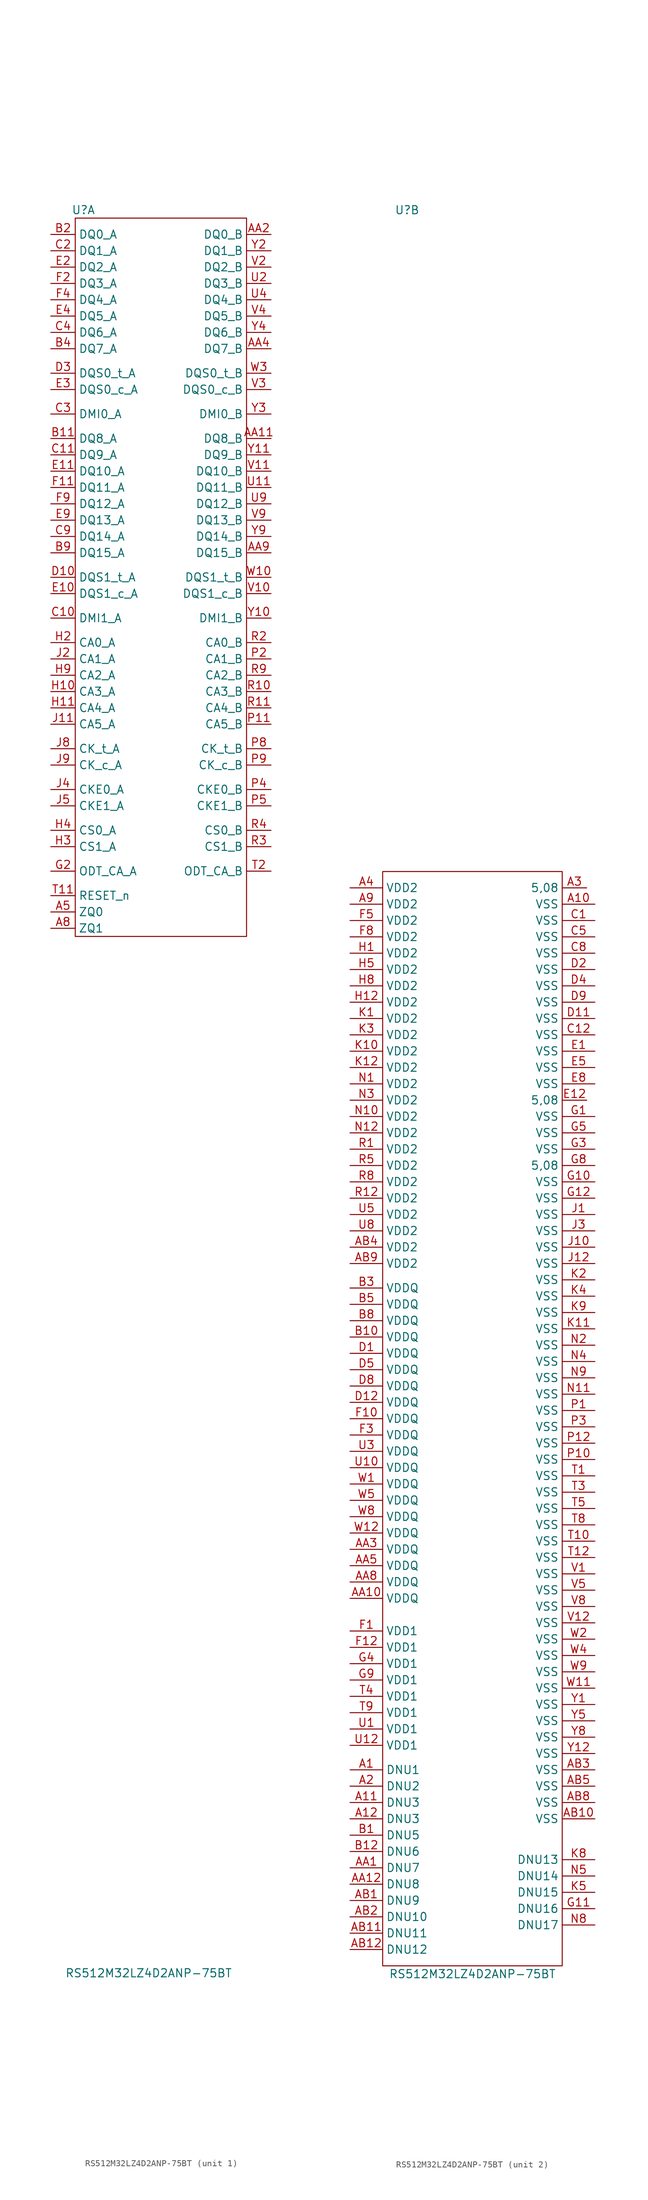
<source format=kicad_sym>
(kicad_symbol_lib
  (version 20220914)
  (generator kicad_symbol_editor)
  (symbol "RS512M32LZ4D2ANP-75BT"
    (property "Reference" "U"
      (at -11.43 189.23 0)
      (effects (font (size 1.27 1.27))))
    (property "Value" "RS512M32LZ4D2ANP-75BT"
      (at -1.27 -85.09 0)
      (effects (font (size 1.27 1.27))))
    (property "ki_locked" ""
      (at 0 0 0)
      (effects (font (size 1.27 1.27))))
    (symbol "RS512M32LZ4D2ANP-75BT_0_0"
      (text "" (at 13.97 -22.86 0) (effects (font (size 1.27 1.27))))
      (text "" (at 13.97 -22.86 0) (effects (font (size 1.27 1.27)))))
    (symbol "RS512M32LZ4D2ANP-75BT_1_1"
      (rectangle (start -12.7 187.96) (end 13.97 76.2) (stroke (width 0) (type default)) (fill (type none)))
      (pin passive line (at -16.51 80.01 0) (length 3.81) (name "ZQ0" (effects (font (size 1.27 1.27)))) (number "A5" (effects (font (size 1.27 1.27)))))
      (pin passive line (at -16.51 77.47 0) (length 3.81) (name "ZQ1" (effects (font (size 1.27 1.27)))) (number "A8" (effects (font (size 1.27 1.27)))))
      (pin passive line (at 17.78 153.67 180) (length 3.81) (name "DQ8_B" (effects (font (size 1.27 1.27)))) (number "AA11" (effects (font (size 1.27 1.27)))))
      (pin passive line (at 17.78 185.42 180) (length 3.81) (name "DQ0_B" (effects (font (size 1.27 1.27)))) (number "AA2" (effects (font (size 1.27 1.27)))))
      (pin passive line (at 17.78 167.64 180) (length 3.81) (name "DQ7_B" (effects (font (size 1.27 1.27)))) (number "AA4" (effects (font (size 1.27 1.27)))))
      (pin passive line (at 17.78 135.89 180) (length 3.81) (name "DQ15_B" (effects (font (size 1.27 1.27)))) (number "AA9" (effects (font (size 1.27 1.27)))))
      (pin passive line (at -16.51 153.67 0) (length 3.81) (name "DQ8_A" (effects (font (size 1.27 1.27)))) (number "B11" (effects (font (size 1.27 1.27)))))
      (pin passive line (at -16.51 185.42 0) (length 3.81) (name "DQ0_A" (effects (font (size 1.27 1.27)))) (number "B2" (effects (font (size 1.27 1.27)))))
      (pin passive line (at -16.51 167.64 0) (length 3.81) (name "DQ7_A" (effects (font (size 1.27 1.27)))) (number "B4" (effects (font (size 1.27 1.27)))))
      (pin passive line (at -16.51 135.89 0) (length 3.81) (name "DQ15_A" (effects (font (size 1.27 1.27)))) (number "B9" (effects (font (size 1.27 1.27)))))
      (pin passive line (at -16.51 125.73 0) (length 3.81) (name "DMI1_A" (effects (font (size 1.27 1.27)))) (number "C10" (effects (font (size 1.27 1.27)))))
      (pin passive line (at -16.51 151.13 0) (length 3.81) (name "DQ9_A" (effects (font (size 1.27 1.27)))) (number "C11" (effects (font (size 1.27 1.27)))))
      (pin passive line (at -16.51 182.88 0) (length 3.81) (name "DQ1_A" (effects (font (size 1.27 1.27)))) (number "C2" (effects (font (size 1.27 1.27)))))
      (pin passive line (at -16.51 157.48 0) (length 3.81) (name "DMI0_A" (effects (font (size 1.27 1.27)))) (number "C3" (effects (font (size 1.27 1.27)))))
      (pin passive line (at -16.51 170.18 0) (length 3.81) (name "DQ6_A" (effects (font (size 1.27 1.27)))) (number "C4" (effects (font (size 1.27 1.27)))))
      (pin passive line (at -16.51 138.43 0) (length 3.81) (name "DQ14_A" (effects (font (size 1.27 1.27)))) (number "C9" (effects (font (size 1.27 1.27)))))
      (pin passive line (at -16.51 132.08 0) (length 3.81) (name "DQS1_t_A" (effects (font (size 1.27 1.27)))) (number "D10" (effects (font (size 1.27 1.27)))))
      (pin passive line (at -16.51 163.83 0) (length 3.81) (name "DQS0_t_A" (effects (font (size 1.27 1.27)))) (number "D3" (effects (font (size 1.27 1.27)))))
      (pin passive line (at -16.51 129.54 0) (length 3.81) (name "DQS1_c_A" (effects (font (size 1.27 1.27)))) (number "E10" (effects (font (size 1.27 1.27)))))
      (pin passive line (at -16.51 148.59 0) (length 3.81) (name "DQ10_A" (effects (font (size 1.27 1.27)))) (number "E11" (effects (font (size 1.27 1.27)))))
      (pin passive line (at -16.51 180.34 0) (length 3.81) (name "DQ2_A" (effects (font (size 1.27 1.27)))) (number "E2" (effects (font (size 1.27 1.27)))))
      (pin passive line (at -16.51 161.29 0) (length 3.81) (name "DQS0_c_A" (effects (font (size 1.27 1.27)))) (number "E3" (effects (font (size 1.27 1.27)))))
      (pin passive line (at -16.51 172.72 0) (length 3.81) (name "DQ5_A" (effects (font (size 1.27 1.27)))) (number "E4" (effects (font (size 1.27 1.27)))))
      (pin passive line (at -16.51 140.97 0) (length 3.81) (name "DQ13_A" (effects (font (size 1.27 1.27)))) (number "E9" (effects (font (size 1.27 1.27)))))
      (pin passive line (at -16.51 146.05 0) (length 3.81) (name "DQ11_A" (effects (font (size 1.27 1.27)))) (number "F11" (effects (font (size 1.27 1.27)))))
      (pin passive line (at -16.51 177.8 0) (length 3.81) (name "DQ3_A" (effects (font (size 1.27 1.27)))) (number "F2" (effects (font (size 1.27 1.27)))))
      (pin passive line (at -16.51 175.26 0) (length 3.81) (name "DQ4_A" (effects (font (size 1.27 1.27)))) (number "F4" (effects (font (size 1.27 1.27)))))
      (pin passive line (at -16.51 143.51 0) (length 3.81) (name "DQ12_A" (effects (font (size 1.27 1.27)))) (number "F9" (effects (font (size 1.27 1.27)))))
      (pin passive line (at -16.51 86.36 0) (length 3.81) (name "ODT_CA_A" (effects (font (size 1.27 1.27)))) (number "G2" (effects (font (size 1.27 1.27)))))
      (pin passive line (at -16.51 114.3 0) (length 3.81) (name "CA3_A" (effects (font (size 1.27 1.27)))) (number "H10" (effects (font (size 1.27 1.27)))))
      (pin passive line (at -16.51 111.76 0) (length 3.81) (name "CA4_A" (effects (font (size 1.27 1.27)))) (number "H11" (effects (font (size 1.27 1.27)))))
      (pin passive line (at -16.51 121.92 0) (length 3.81) (name "CA0_A" (effects (font (size 1.27 1.27)))) (number "H2" (effects (font (size 1.27 1.27)))))
      (pin passive line (at -16.51 90.17 0) (length 3.81) (name "CS1_A" (effects (font (size 1.27 1.27)))) (number "H3" (effects (font (size 1.27 1.27)))))
      (pin passive line (at -16.51 92.71 0) (length 3.81) (name "CS0_A" (effects (font (size 1.27 1.27)))) (number "H4" (effects (font (size 1.27 1.27)))))
      (pin passive line (at -16.51 116.84 0) (length 3.81) (name "CA2_A" (effects (font (size 1.27 1.27)))) (number "H9" (effects (font (size 1.27 1.27)))))
      (pin passive line (at -16.51 109.22 0) (length 3.81) (name "CA5_A" (effects (font (size 1.27 1.27)))) (number "J11" (effects (font (size 1.27 1.27)))))
      (pin passive line (at -16.51 119.38 0) (length 3.81) (name "CA1_A" (effects (font (size 1.27 1.27)))) (number "J2" (effects (font (size 1.27 1.27)))))
      (pin passive line (at -16.51 99.06 0) (length 3.81) (name "CKE0_A" (effects (font (size 1.27 1.27)))) (number "J4" (effects (font (size 1.27 1.27)))))
      (pin passive line (at -16.51 96.52 0) (length 3.81) (name "CKE1_A" (effects (font (size 1.27 1.27)))) (number "J5" (effects (font (size 1.27 1.27)))))
      (pin passive line (at -16.51 105.41 0) (length 3.81) (name "CK_t_A" (effects (font (size 1.27 1.27)))) (number "J8" (effects (font (size 1.27 1.27)))))
      (pin passive line (at -16.51 102.87 0) (length 3.81) (name "CK_c_A" (effects (font (size 1.27 1.27)))) (number "J9" (effects (font (size 1.27 1.27)))))
      (pin passive line (at 17.78 109.22 180) (length 3.81) (name "CA5_B" (effects (font (size 1.27 1.27)))) (number "P11" (effects (font (size 1.27 1.27)))))
      (pin passive line (at 17.78 119.38 180) (length 3.81) (name "CA1_B" (effects (font (size 1.27 1.27)))) (number "P2" (effects (font (size 1.27 1.27)))))
      (pin passive line (at 17.78 99.06 180) (length 3.81) (name "CKE0_B" (effects (font (size 1.27 1.27)))) (number "P4" (effects (font (size 1.27 1.27)))))
      (pin passive line (at 17.78 96.52 180) (length 3.81) (name "CKE1_B" (effects (font (size 1.27 1.27)))) (number "P5" (effects (font (size 1.27 1.27)))))
      (pin passive line (at 17.78 105.41 180) (length 3.81) (name "CK_t_B" (effects (font (size 1.27 1.27)))) (number "P8" (effects (font (size 1.27 1.27)))))
      (pin passive line (at 17.78 102.87 180) (length 3.81) (name "CK_c_B" (effects (font (size 1.27 1.27)))) (number "P9" (effects (font (size 1.27 1.27)))))
      (pin passive line (at 17.78 114.3 180) (length 3.81) (name "CA3_B" (effects (font (size 1.27 1.27)))) (number "R10" (effects (font (size 1.27 1.27)))))
      (pin passive line (at 17.78 111.76 180) (length 3.81) (name "CA4_B" (effects (font (size 1.27 1.27)))) (number "R11" (effects (font (size 1.27 1.27)))))
      (pin passive line (at 17.78 121.92 180) (length 3.81) (name "CA0_B" (effects (font (size 1.27 1.27)))) (number "R2" (effects (font (size 1.27 1.27)))))
      (pin passive line (at 17.78 90.17 180) (length 3.81) (name "CS1_B" (effects (font (size 1.27 1.27)))) (number "R3" (effects (font (size 1.27 1.27)))))
      (pin passive line (at 17.78 92.71 180) (length 3.81) (name "CS0_B" (effects (font (size 1.27 1.27)))) (number "R4" (effects (font (size 1.27 1.27)))))
      (pin passive line (at 17.78 116.84 180) (length 3.81) (name "CA2_B" (effects (font (size 1.27 1.27)))) (number "R9" (effects (font (size 1.27 1.27)))))
      (pin passive line (at -16.51 82.55 0) (length 3.81) (name "RESET_n" (effects (font (size 1.27 1.27)))) (number "T11" (effects (font (size 1.27 1.27)))))
      (pin passive line (at 17.78 86.36 180) (length 3.81) (name "ODT_CA_B" (effects (font (size 1.27 1.27)))) (number "T2" (effects (font (size 1.27 1.27)))))
      (pin passive line (at 17.78 146.05 180) (length 3.81) (name "DQ11_B" (effects (font (size 1.27 1.27)))) (number "U11" (effects (font (size 1.27 1.27)))))
      (pin passive line (at 17.78 177.8 180) (length 3.81) (name "DQ3_B" (effects (font (size 1.27 1.27)))) (number "U2" (effects (font (size 1.27 1.27)))))
      (pin passive line (at 17.78 175.26 180) (length 3.81) (name "DQ4_B" (effects (font (size 1.27 1.27)))) (number "U4" (effects (font (size 1.27 1.27)))))
      (pin bidirectional line (at 17.78 143.51 180) (length 3.81) (name "DQ12_B" (effects (font (size 1.27 1.27)))) (number "U9" (effects (font (size 1.27 1.27)))))
      (pin passive line (at 17.78 129.54 180) (length 3.81) (name "DQS1_c_B" (effects (font (size 1.27 1.27)))) (number "V10" (effects (font (size 1.27 1.27)))))
      (pin passive line (at 17.78 148.59 180) (length 3.81) (name "DQ10_B" (effects (font (size 1.27 1.27)))) (number "V11" (effects (font (size 1.27 1.27)))))
      (pin passive line (at 17.78 180.34 180) (length 3.81) (name "DQ2_B" (effects (font (size 1.27 1.27)))) (number "V2" (effects (font (size 1.27 1.27)))))
      (pin passive line (at 17.78 161.29 180) (length 3.81) (name "DQS0_c_B" (effects (font (size 1.27 1.27)))) (number "V3" (effects (font (size 1.27 1.27)))))
      (pin passive line (at 17.78 172.72 180) (length 3.81) (name "DQ5_B" (effects (font (size 1.27 1.27)))) (number "V4" (effects (font (size 1.27 1.27)))))
      (pin bidirectional line (at 17.78 140.97 180) (length 3.81) (name "DQ13_B" (effects (font (size 1.27 1.27)))) (number "V9" (effects (font (size 1.27 1.27)))))
      (pin passive line (at 17.78 132.08 180) (length 3.81) (name "DQS1_t_B" (effects (font (size 1.27 1.27)))) (number "W10" (effects (font (size 1.27 1.27)))))
      (pin passive line (at 17.78 163.83 180) (length 3.81) (name "DQS0_t_B" (effects (font (size 1.27 1.27)))) (number "W3" (effects (font (size 1.27 1.27)))))
      (pin passive line (at 17.78 125.73 180) (length 3.81) (name "DMI1_B" (effects (font (size 1.27 1.27)))) (number "Y10" (effects (font (size 1.27 1.27)))))
      (pin passive line (at 17.78 151.13 180) (length 3.81) (name "DQ9_B" (effects (font (size 1.27 1.27)))) (number "Y11" (effects (font (size 1.27 1.27)))))
      (pin passive line (at 17.78 182.88 180) (length 3.81) (name "DQ1_B" (effects (font (size 1.27 1.27)))) (number "Y2" (effects (font (size 1.27 1.27)))))
      (pin passive line (at 17.78 157.48 180) (length 3.81) (name "DMI0_B" (effects (font (size 1.27 1.27)))) (number "Y3" (effects (font (size 1.27 1.27)))))
      (pin passive line (at 17.78 170.18 180) (length 3.81) (name "DQ6_B" (effects (font (size 1.27 1.27)))) (number "Y4" (effects (font (size 1.27 1.27)))))
      (pin passive line (at 17.78 138.43 180) (length 3.81) (name "DQ14_B" (effects (font (size 1.27 1.27)))) (number "Y9" (effects (font (size 1.27 1.27))))))
    (symbol "RS512M32LZ4D2ANP-75BT_2_1"
      (rectangle (start -15.24 86.36) (end 12.7 -83.82) (stroke (width 0) (type default)) (fill (type none)))
      (pin power_in line (at -20.32 -53.34 0) (length 5.08) (name "DNU1" (effects (font (size 1.27 1.27)))) (number "A1" (effects (font (size 1.27 1.27)))))
      (pin power_in line (at 17.78 81.28 180) (length 5.08) (name "VSS" (effects (font (size 1.27 1.27)))) (number "A10" (effects (font (size 1.27 1.27)))))
      (pin power_in line (at -20.32 -58.42 0) (length 5.08) (name "DNU3" (effects (font (size 1.27 1.27)))) (number "A11" (effects (font (size 1.27 1.27)))))
      (pin power_in line (at -20.32 -60.96 0) (length 5.08) (name "DNU3" (effects (font (size 1.27 1.27)))) (number "A12" (effects (font (size 1.27 1.27)))))
      (pin power_in line (at -20.32 -55.88 0) (length 5.08) (name "DNU2" (effects (font (size 1.27 1.27)))) (number "A2" (effects (font (size 1.27 1.27)))))
      (pin power_in line (at 16.51 83.82 180) (length 3.81) (name "5,08" (effects (font (size 1.27 1.27)))) (number "A3" (effects (font (size 1.27 1.27)))))
      (pin power_in line (at -20.32 83.82 0) (length 5.08) (name "VDD2" (effects (font (size 1.27 1.27)))) (number "A4" (effects (font (size 1.27 1.27)))))
      (pin power_in line (at -20.32 81.28 0) (length 5.08) (name "VDD2" (effects (font (size 1.27 1.27)))) (number "A9" (effects (font (size 1.27 1.27)))))
      (pin power_in line (at -20.32 -68.58 0) (length 5.08) (name "DNU7" (effects (font (size 1.27 1.27)))) (number "AA1" (effects (font (size 1.27 1.27)))))
      (pin power_in line (at -20.32 -26.67 0) (length 5.08) (name "VDDQ" (effects (font (size 1.27 1.27)))) (number "AA10" (effects (font (size 1.27 1.27)))))
      (pin power_in line (at -20.32 -71.12 0) (length 5.08) (name "DNU8" (effects (font (size 1.27 1.27)))) (number "AA12" (effects (font (size 1.27 1.27)))))
      (pin power_in line (at -20.32 -19.05 0) (length 5.08) (name "VDDQ" (effects (font (size 1.27 1.27)))) (number "AA3" (effects (font (size 1.27 1.27)))))
      (pin power_in line (at -20.32 -21.59 0) (length 5.08) (name "VDDQ" (effects (font (size 1.27 1.27)))) (number "AA5" (effects (font (size 1.27 1.27)))))
      (pin power_in line (at -20.32 -24.13 0) (length 5.08) (name "VDDQ" (effects (font (size 1.27 1.27)))) (number "AA8" (effects (font (size 1.27 1.27)))))
      (pin power_in line (at -20.32 -73.66 0) (length 5.08) (name "DNU9" (effects (font (size 1.27 1.27)))) (number "AB1" (effects (font (size 1.27 1.27)))))
      (pin power_in line (at 17.78 -60.96 180) (length 5.08) (name "VSS" (effects (font (size 1.27 1.27)))) (number "AB10" (effects (font (size 1.27 1.27)))))
      (pin power_in line (at -20.32 -78.74 0) (length 5.08) (name "DNU11" (effects (font (size 1.27 1.27)))) (number "AB11" (effects (font (size 1.27 1.27)))))
      (pin power_in line (at -20.32 -81.28 0) (length 5.08) (name "DNU12" (effects (font (size 1.27 1.27)))) (number "AB12" (effects (font (size 1.27 1.27)))))
      (pin power_in line (at -20.32 -76.2 0) (length 5.08) (name "DNU10" (effects (font (size 1.27 1.27)))) (number "AB2" (effects (font (size 1.27 1.27)))))
      (pin power_in line (at 17.78 -53.34 180) (length 5.08) (name "VSS" (effects (font (size 1.27 1.27)))) (number "AB3" (effects (font (size 1.27 1.27)))))
      (pin power_in line (at -20.32 27.94 0) (length 5.08) (name "VDD2" (effects (font (size 1.27 1.27)))) (number "AB4" (effects (font (size 1.27 1.27)))))
      (pin power_in line (at 17.78 -55.88 180) (length 5.08) (name "VSS" (effects (font (size 1.27 1.27)))) (number "AB5" (effects (font (size 1.27 1.27)))))
      (pin power_in line (at 17.78 -58.42 180) (length 5.08) (name "VSS" (effects (font (size 1.27 1.27)))) (number "AB8" (effects (font (size 1.27 1.27)))))
      (pin power_in line (at -20.32 25.4 0) (length 5.08) (name "VDD2" (effects (font (size 1.27 1.27)))) (number "AB9" (effects (font (size 1.27 1.27)))))
      (pin power_in line (at -20.32 -63.5 0) (length 5.08) (name "DNU5" (effects (font (size 1.27 1.27)))) (number "B1" (effects (font (size 1.27 1.27)))))
      (pin power_in line (at -20.32 13.97 0) (length 5.08) (name "VDDQ" (effects (font (size 1.27 1.27)))) (number "B10" (effects (font (size 1.27 1.27)))))
      (pin power_in line (at -20.32 -66.04 0) (length 5.08) (name "DNU6" (effects (font (size 1.27 1.27)))) (number "B12" (effects (font (size 1.27 1.27)))))
      (pin power_in line (at -20.32 21.59 0) (length 5.08) (name "VDDQ" (effects (font (size 1.27 1.27)))) (number "B3" (effects (font (size 1.27 1.27)))))
      (pin power_in line (at -20.32 19.05 0) (length 5.08) (name "VDDQ" (effects (font (size 1.27 1.27)))) (number "B5" (effects (font (size 1.27 1.27)))))
      (pin power_in line (at -20.32 16.51 0) (length 5.08) (name "VDDQ" (effects (font (size 1.27 1.27)))) (number "B8" (effects (font (size 1.27 1.27)))))
      (pin power_in line (at 17.78 78.74 180) (length 5.08) (name "VSS" (effects (font (size 1.27 1.27)))) (number "C1" (effects (font (size 1.27 1.27)))))
      (pin power_in line (at 17.78 60.96 180) (length 5.08) (name "VSS" (effects (font (size 1.27 1.27)))) (number "C12" (effects (font (size 1.27 1.27)))))
      (pin power_in line (at 17.78 76.2 180) (length 5.08) (name "VSS" (effects (font (size 1.27 1.27)))) (number "C5" (effects (font (size 1.27 1.27)))))
      (pin power_in line (at 17.78 73.66 180) (length 5.08) (name "VSS" (effects (font (size 1.27 1.27)))) (number "C8" (effects (font (size 1.27 1.27)))))
      (pin power_in line (at -20.32 11.43 0) (length 5.08) (name "VDDQ" (effects (font (size 1.27 1.27)))) (number "D1" (effects (font (size 1.27 1.27)))))
      (pin power_in line (at 17.78 63.5 180) (length 5.08) (name "VSS" (effects (font (size 1.27 1.27)))) (number "D11" (effects (font (size 1.27 1.27)))))
      (pin power_in line (at -20.32 3.81 0) (length 5.08) (name "VDDQ" (effects (font (size 1.27 1.27)))) (number "D12" (effects (font (size 1.27 1.27)))))
      (pin power_in line (at 17.78 71.12 180) (length 5.08) (name "VSS" (effects (font (size 1.27 1.27)))) (number "D2" (effects (font (size 1.27 1.27)))))
      (pin power_in line (at 17.78 68.58 180) (length 5.08) (name "VSS" (effects (font (size 1.27 1.27)))) (number "D4" (effects (font (size 1.27 1.27)))))
      (pin power_in line (at -20.32 8.89 0) (length 5.08) (name "VDDQ" (effects (font (size 1.27 1.27)))) (number "D5" (effects (font (size 1.27 1.27)))))
      (pin power_in line (at -20.32 6.35 0) (length 5.08) (name "VDDQ" (effects (font (size 1.27 1.27)))) (number "D8" (effects (font (size 1.27 1.27)))))
      (pin power_in line (at 17.78 66.04 180) (length 5.08) (name "VSS" (effects (font (size 1.27 1.27)))) (number "D9" (effects (font (size 1.27 1.27)))))
      (pin power_in line (at 17.78 58.42 180) (length 5.08) (name "VSS" (effects (font (size 1.27 1.27)))) (number "E1" (effects (font (size 1.27 1.27)))))
      (pin power_in line (at 16.51 50.8 180) (length 3.81) (name "5,08" (effects (font (size 1.27 1.27)))) (number "E12" (effects (font (size 1.27 1.27)))))
      (pin power_in line (at 17.78 55.88 180) (length 5.08) (name "VSS" (effects (font (size 1.27 1.27)))) (number "E5" (effects (font (size 1.27 1.27)))))
      (pin power_in line (at 17.78 53.34 180) (length 5.08) (name "VSS" (effects (font (size 1.27 1.27)))) (number "E8" (effects (font (size 1.27 1.27)))))
      (pin power_in line (at -20.32 -31.75 0) (length 5.08) (name "VDD1" (effects (font (size 1.27 1.27)))) (number "F1" (effects (font (size 1.27 1.27)))))
      (pin power_in line (at -20.32 1.27 0) (length 5.08) (name "VDDQ" (effects (font (size 1.27 1.27)))) (number "F10" (effects (font (size 1.27 1.27)))))
      (pin power_in line (at -20.32 -34.29 0) (length 5.08) (name "VDD1" (effects (font (size 1.27 1.27)))) (number "F12" (effects (font (size 1.27 1.27)))))
      (pin power_in line (at -20.32 -1.27 0) (length 5.08) (name "VDDQ" (effects (font (size 1.27 1.27)))) (number "F3" (effects (font (size 1.27 1.27)))))
      (pin power_in line (at -20.32 78.74 0) (length 5.08) (name "VDD2" (effects (font (size 1.27 1.27)))) (number "F5" (effects (font (size 1.27 1.27)))))
      (pin power_in line (at -20.32 76.2 0) (length 5.08) (name "VDD2" (effects (font (size 1.27 1.27)))) (number "F8" (effects (font (size 1.27 1.27)))))
      (pin power_in line (at 17.78 48.26 180) (length 5.08) (name "VSS" (effects (font (size 1.27 1.27)))) (number "G1" (effects (font (size 1.27 1.27)))))
      (pin power_in line (at 17.78 38.1 180) (length 5.08) (name "VSS" (effects (font (size 1.27 1.27)))) (number "G10" (effects (font (size 1.27 1.27)))))
      (pin power_in line (at 17.78 -74.93 180) (length 5.08) (name "DNU16" (effects (font (size 1.27 1.27)))) (number "G11" (effects (font (size 1.27 1.27)))))
      (pin power_in line (at 17.78 35.56 180) (length 5.08) (name "VSS" (effects (font (size 1.27 1.27)))) (number "G12" (effects (font (size 1.27 1.27)))))
      (pin power_in line (at 17.78 43.18 180) (length 5.08) (name "VSS" (effects (font (size 1.27 1.27)))) (number "G3" (effects (font (size 1.27 1.27)))))
      (pin power_in line (at -20.32 -36.83 0) (length 5.08) (name "VDD1" (effects (font (size 1.27 1.27)))) (number "G4" (effects (font (size 1.27 1.27)))))
      (pin power_in line (at 17.78 45.72 180) (length 5.08) (name "VSS" (effects (font (size 1.27 1.27)))) (number "G5" (effects (font (size 1.27 1.27)))))
      (pin power_in line (at 17.78 40.64 180) (length 5.08) (name "5,08" (effects (font (size 1.27 1.27)))) (number "G8" (effects (font (size 1.27 1.27)))))
      (pin power_in line (at -20.32 -39.37 0) (length 5.08) (name "VDD1" (effects (font (size 1.27 1.27)))) (number "G9" (effects (font (size 1.27 1.27)))))
      (pin power_in line (at -20.32 73.66 0) (length 5.08) (name "VDD2" (effects (font (size 1.27 1.27)))) (number "H1" (effects (font (size 1.27 1.27)))))
      (pin power_in line (at -20.32 66.04 0) (length 5.08) (name "VDD2" (effects (font (size 1.27 1.27)))) (number "H12" (effects (font (size 1.27 1.27)))))
      (pin power_in line (at -20.32 71.12 0) (length 5.08) (name "VDD2" (effects (font (size 1.27 1.27)))) (number "H5" (effects (font (size 1.27 1.27)))))
      (pin power_in line (at -20.32 68.58 0) (length 5.08) (name "VDD2" (effects (font (size 1.27 1.27)))) (number "H8" (effects (font (size 1.27 1.27)))))
      (pin power_in line (at 17.78 33.02 180) (length 5.08) (name "VSS" (effects (font (size 1.27 1.27)))) (number "J1" (effects (font (size 1.27 1.27)))))
      (pin power_in line (at 17.78 27.94 180) (length 5.08) (name "VSS" (effects (font (size 1.27 1.27)))) (number "J10" (effects (font (size 1.27 1.27)))))
      (pin power_in line (at 17.78 25.4 180) (length 5.08) (name "VSS" (effects (font (size 1.27 1.27)))) (number "J12" (effects (font (size 1.27 1.27)))))
      (pin power_in line (at 17.78 30.48 180) (length 5.08) (name "VSS" (effects (font (size 1.27 1.27)))) (number "J3" (effects (font (size 1.27 1.27)))))
      (pin power_in line (at -20.32 63.5 0) (length 5.08) (name "VDD2" (effects (font (size 1.27 1.27)))) (number "K1" (effects (font (size 1.27 1.27)))))
      (pin power_in line (at -20.32 58.42 0) (length 5.08) (name "VDD2" (effects (font (size 1.27 1.27)))) (number "K10" (effects (font (size 1.27 1.27)))))
      (pin power_in line (at 17.78 15.24 180) (length 5.08) (name "VSS" (effects (font (size 1.27 1.27)))) (number "K11" (effects (font (size 1.27 1.27)))))
      (pin power_in line (at -20.32 55.88 0) (length 5.08) (name "VDD2" (effects (font (size 1.27 1.27)))) (number "K12" (effects (font (size 1.27 1.27)))))
      (pin power_in line (at 17.78 22.86 180) (length 5.08) (name "VSS" (effects (font (size 1.27 1.27)))) (number "K2" (effects (font (size 1.27 1.27)))))
      (pin power_in line (at -20.32 60.96 0) (length 5.08) (name "VDD2" (effects (font (size 1.27 1.27)))) (number "K3" (effects (font (size 1.27 1.27)))))
      (pin power_in line (at 17.78 20.32 180) (length 5.08) (name "VSS" (effects (font (size 1.27 1.27)))) (number "K4" (effects (font (size 1.27 1.27)))))
      (pin power_in line (at 17.78 -72.39 180) (length 5.08) (name "DNU15" (effects (font (size 1.27 1.27)))) (number "K5" (effects (font (size 1.27 1.27)))))
      (pin power_in line (at 17.78 -67.31 180) (length 5.08) (name "DNU13" (effects (font (size 1.27 1.27)))) (number "K8" (effects (font (size 1.27 1.27)))))
      (pin power_in line (at 17.78 17.78 180) (length 5.08) (name "VSS" (effects (font (size 1.27 1.27)))) (number "K9" (effects (font (size 1.27 1.27)))))
      (pin power_in line (at -20.32 53.34 0) (length 5.08) (name "VDD2" (effects (font (size 1.27 1.27)))) (number "N1" (effects (font (size 1.27 1.27)))))
      (pin power_in line (at -20.32 48.26 0) (length 5.08) (name "VDD2" (effects (font (size 1.27 1.27)))) (number "N10" (effects (font (size 1.27 1.27)))))
      (pin power_in line (at 17.78 5.08 180) (length 5.08) (name "VSS" (effects (font (size 1.27 1.27)))) (number "N11" (effects (font (size 1.27 1.27)))))
      (pin power_in line (at -20.32 45.72 0) (length 5.08) (name "VDD2" (effects (font (size 1.27 1.27)))) (number "N12" (effects (font (size 1.27 1.27)))))
      (pin power_in line (at 17.78 12.7 180) (length 5.08) (name "VSS" (effects (font (size 1.27 1.27)))) (number "N2" (effects (font (size 1.27 1.27)))))
      (pin power_in line (at -20.32 50.8 0) (length 5.08) (name "VDD2" (effects (font (size 1.27 1.27)))) (number "N3" (effects (font (size 1.27 1.27)))))
      (pin power_in line (at 17.78 10.16 180) (length 5.08) (name "VSS" (effects (font (size 1.27 1.27)))) (number "N4" (effects (font (size 1.27 1.27)))))
      (pin power_in line (at 17.78 -69.85 180) (length 5.08) (name "DNU14" (effects (font (size 1.27 1.27)))) (number "N5" (effects (font (size 1.27 1.27)))))
      (pin power_in line (at 17.78 -77.47 180) (length 5.08) (name "DNU17" (effects (font (size 1.27 1.27)))) (number "N8" (effects (font (size 1.27 1.27)))))
      (pin power_in line (at 17.78 7.62 180) (length 5.08) (name "VSS" (effects (font (size 1.27 1.27)))) (number "N9" (effects (font (size 1.27 1.27)))))
      (pin power_in line (at 17.78 2.54 180) (length 5.08) (name "VSS" (effects (font (size 1.27 1.27)))) (number "P1" (effects (font (size 1.27 1.27)))))
      (pin power_in line (at 17.78 -5.08 180) (length 5.08) (name "VSS" (effects (font (size 1.27 1.27)))) (number "P10" (effects (font (size 1.27 1.27)))))
      (pin power_in line (at 17.78 -2.54 180) (length 5.08) (name "VSS" (effects (font (size 1.27 1.27)))) (number "P12" (effects (font (size 1.27 1.27)))))
      (pin power_in line (at 17.78 0 180) (length 5.08) (name "VSS" (effects (font (size 1.27 1.27)))) (number "P3" (effects (font (size 1.27 1.27)))))
      (pin power_in line (at -20.32 43.18 0) (length 5.08) (name "VDD2" (effects (font (size 1.27 1.27)))) (number "R1" (effects (font (size 1.27 1.27)))))
      (pin power_in line (at -20.32 35.56 0) (length 5.08) (name "VDD2" (effects (font (size 1.27 1.27)))) (number "R12" (effects (font (size 1.27 1.27)))))
      (pin power_in line (at -20.32 40.64 0) (length 5.08) (name "VDD2" (effects (font (size 1.27 1.27)))) (number "R5" (effects (font (size 1.27 1.27)))))
      (pin power_in line (at -20.32 38.1 0) (length 5.08) (name "VDD2" (effects (font (size 1.27 1.27)))) (number "R8" (effects (font (size 1.27 1.27)))))
      (pin power_in line (at 17.78 -7.62 180) (length 5.08) (name "VSS" (effects (font (size 1.27 1.27)))) (number "T1" (effects (font (size 1.27 1.27)))))
      (pin power_in line (at 17.78 -17.78 180) (length 5.08) (name "VSS" (effects (font (size 1.27 1.27)))) (number "T10" (effects (font (size 1.27 1.27)))))
      (pin power_in line (at 17.78 -20.32 180) (length 5.08) (name "VSS" (effects (font (size 1.27 1.27)))) (number "T12" (effects (font (size 1.27 1.27)))))
      (pin power_in line (at 17.78 -10.16 180) (length 5.08) (name "VSS" (effects (font (size 1.27 1.27)))) (number "T3" (effects (font (size 1.27 1.27)))))
      (pin power_in line (at -20.32 -41.91 0) (length 5.08) (name "VDD1" (effects (font (size 1.27 1.27)))) (number "T4" (effects (font (size 1.27 1.27)))))
      (pin power_in line (at 17.78 -12.7 180) (length 5.08) (name "VSS" (effects (font (size 1.27 1.27)))) (number "T5" (effects (font (size 1.27 1.27)))))
      (pin power_in line (at 17.78 -15.24 180) (length 5.08) (name "VSS" (effects (font (size 1.27 1.27)))) (number "T8" (effects (font (size 1.27 1.27)))))
      (pin power_in line (at -20.32 -44.45 0) (length 5.08) (name "VDD1" (effects (font (size 1.27 1.27)))) (number "T9" (effects (font (size 1.27 1.27)))))
      (pin power_in line (at -20.32 -46.99 0) (length 5.08) (name "VDD1" (effects (font (size 1.27 1.27)))) (number "U1" (effects (font (size 1.27 1.27)))))
      (pin power_in line (at -20.32 -6.35 0) (length 5.08) (name "VDDQ" (effects (font (size 1.27 1.27)))) (number "U10" (effects (font (size 1.27 1.27)))))
      (pin power_in line (at -20.32 -49.53 0) (length 5.08) (name "VDD1" (effects (font (size 1.27 1.27)))) (number "U12" (effects (font (size 1.27 1.27)))))
      (pin power_in line (at -20.32 -3.81 0) (length 5.08) (name "VDDQ" (effects (font (size 1.27 1.27)))) (number "U3" (effects (font (size 1.27 1.27)))))
      (pin power_in line (at -20.32 33.02 0) (length 5.08) (name "VDD2" (effects (font (size 1.27 1.27)))) (number "U5" (effects (font (size 1.27 1.27)))))
      (pin power_in line (at -20.32 30.48 0) (length 5.08) (name "VDD2" (effects (font (size 1.27 1.27)))) (number "U8" (effects (font (size 1.27 1.27)))))
      (pin power_in line (at 17.78 -22.86 180) (length 5.08) (name "VSS" (effects (font (size 1.27 1.27)))) (number "V1" (effects (font (size 1.27 1.27)))))
      (pin power_in line (at 17.78 -30.48 180) (length 5.08) (name "VSS" (effects (font (size 1.27 1.27)))) (number "V12" (effects (font (size 1.27 1.27)))))
      (pin power_in line (at 17.78 -25.4 180) (length 5.08) (name "VSS" (effects (font (size 1.27 1.27)))) (number "V5" (effects (font (size 1.27 1.27)))))
      (pin power_in line (at 17.78 -27.94 180) (length 5.08) (name "VSS" (effects (font (size 1.27 1.27)))) (number "V8" (effects (font (size 1.27 1.27)))))
      (pin power_in line (at -20.32 -8.89 0) (length 5.08) (name "VDDQ" (effects (font (size 1.27 1.27)))) (number "W1" (effects (font (size 1.27 1.27)))))
      (pin power_in line (at 17.78 -40.64 180) (length 5.08) (name "VSS" (effects (font (size 1.27 1.27)))) (number "W11" (effects (font (size 1.27 1.27)))))
      (pin power_in line (at -20.32 -16.51 0) (length 5.08) (name "VDDQ" (effects (font (size 1.27 1.27)))) (number "W12" (effects (font (size 1.27 1.27)))))
      (pin power_in line (at 17.78 -33.02 180) (length 5.08) (name "VSS" (effects (font (size 1.27 1.27)))) (number "W2" (effects (font (size 1.27 1.27)))))
      (pin power_in line (at 17.78 -35.56 180) (length 5.08) (name "VSS" (effects (font (size 1.27 1.27)))) (number "W4" (effects (font (size 1.27 1.27)))))
      (pin power_in line (at -20.32 -11.43 0) (length 5.08) (name "VDDQ" (effects (font (size 1.27 1.27)))) (number "W5" (effects (font (size 1.27 1.27)))))
      (pin power_in line (at -20.32 -13.97 0) (length 5.08) (name "VDDQ" (effects (font (size 1.27 1.27)))) (number "W8" (effects (font (size 1.27 1.27)))))
      (pin power_in line (at 17.78 -38.1 180) (length 5.08) (name "VSS" (effects (font (size 1.27 1.27)))) (number "W9" (effects (font (size 1.27 1.27)))))
      (pin power_in line (at 17.78 -43.18 180) (length 5.08) (name "VSS" (effects (font (size 1.27 1.27)))) (number "Y1" (effects (font (size 1.27 1.27)))))
      (pin power_in line (at 17.78 -50.8 180) (length 5.08) (name "VSS" (effects (font (size 1.27 1.27)))) (number "Y12" (effects (font (size 1.27 1.27)))))
      (pin power_in line (at 17.78 -45.72 180) (length 5.08) (name "VSS" (effects (font (size 1.27 1.27)))) (number "Y5" (effects (font (size 1.27 1.27)))))
      (pin power_in line (at 17.78 -48.26 180) (length 5.08) (name "VSS" (effects (font (size 1.27 1.27)))) (number "Y8" (effects (font (size 1.27 1.27))))))))
</source>
